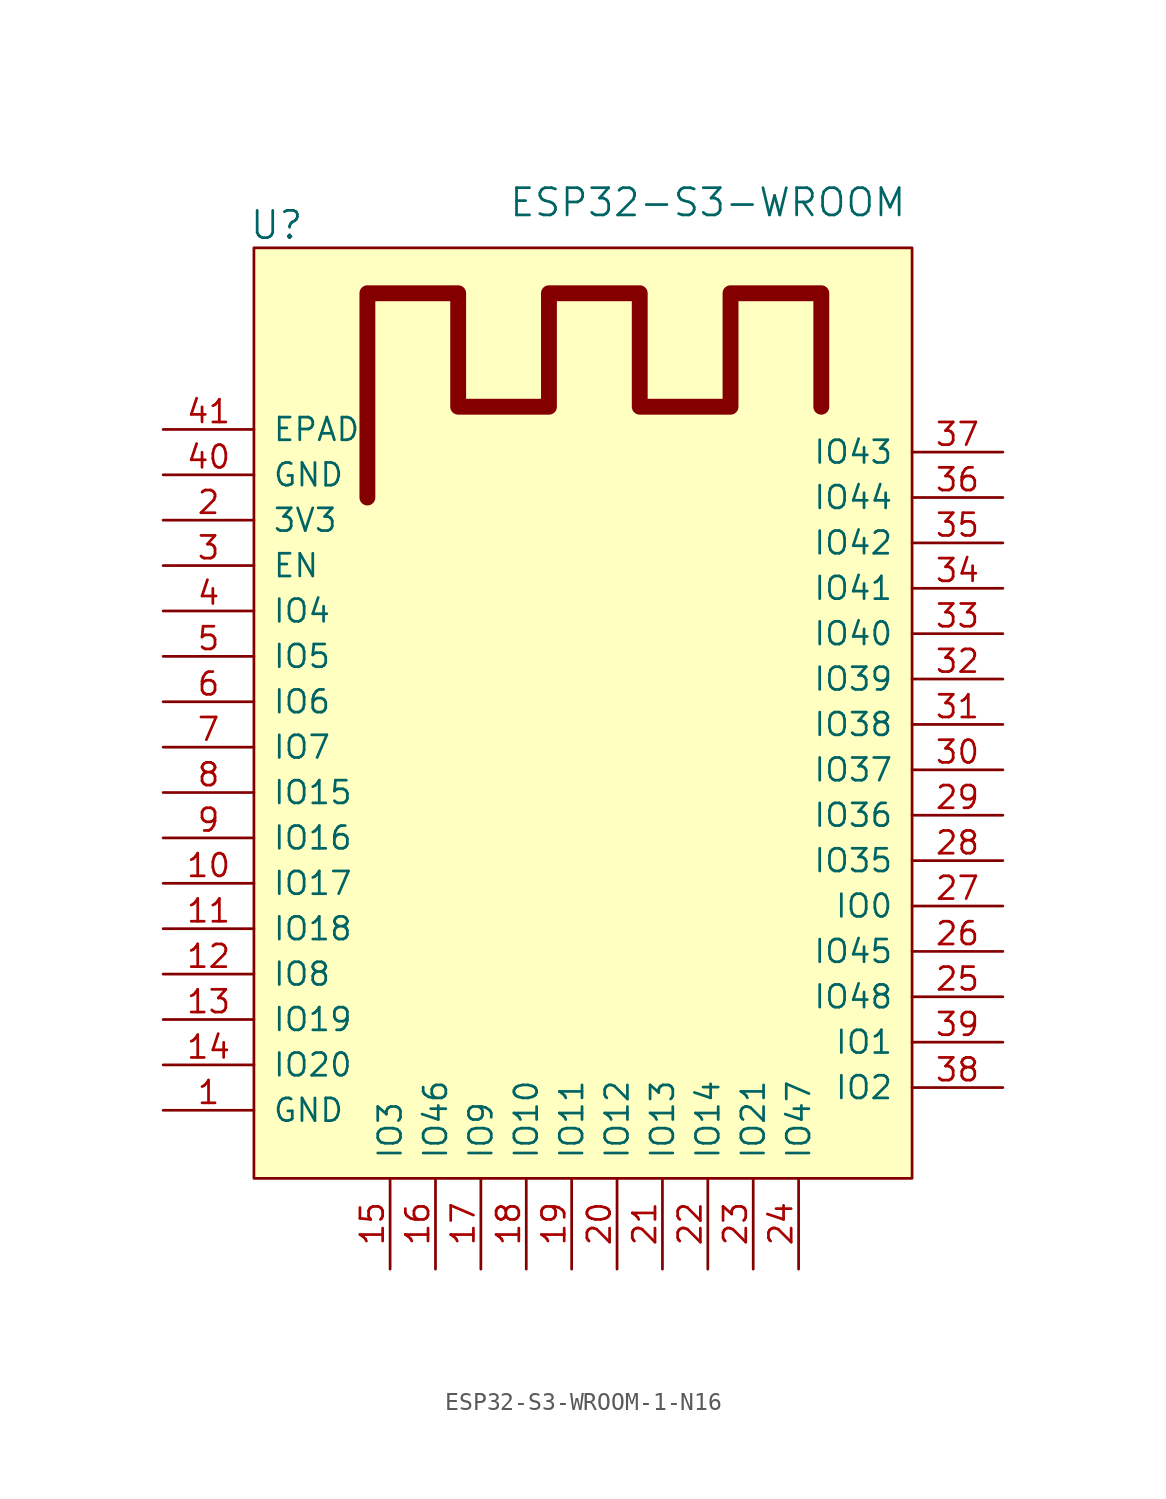
<source format=kicad_sym>
(kicad_symbol_lib
  (version 20220914)
  (generator kicad_symbol_editor)
  (symbol "ESP32-S3-WROOM-1-N16"
    (pin_names
      (offset 1.016))
    (property "Reference" "U"
      (at -17.78 31.75 0)
      (effects (font (size 1.524 1.524))))
    (property "Value" "ESP32-S3-WROOM"
      (at 6.35 33.02 0)
      (effects (font (size 1.524 1.524))))
    (symbol "ESP32-S3-WROOM-1-N16_0_1"
      (rectangle (start -19.05 30.48) (end 17.78 -21.59) (stroke (width 0) (type solid)) (fill (type background)))
      (polyline (pts (xy -12.7 16.51) (xy -12.7 27.94) (xy -7.62 27.94) (xy -7.62 21.59) (xy -2.54 21.59) (xy -2.54 27.94) (xy 2.54 27.94) (xy 2.54 21.59) (xy 7.62 21.59) (xy 7.62 27.94) (xy 12.7 27.94) (xy 12.7 21.59)) (stroke (width 0.889) (type solid)) (fill (type none))))
    (symbol "ESP32-S3-WROOM-1-N16_1_1"
      (pin passive line (at -24.13 -17.78 0) (length 5.08) (name "GND" (effects (font (size 1.27 1.27)))) (number "1" (effects (font (size 1.27 1.27)))))
      (pin passive line (at -24.13 -5.08 0) (length 5.08) (name "IO17" (effects (font (size 1.27 1.27)))) (number "10" (effects (font (size 1.27 1.27)))))
      (pin passive line (at -24.13 -7.62 0) (length 5.08) (name "IO18" (effects (font (size 1.27 1.27)))) (number "11" (effects (font (size 1.27 1.27)))))
      (pin passive line (at -24.13 -10.16 0) (length 5.08) (name "IO8" (effects (font (size 1.27 1.27)))) (number "12" (effects (font (size 1.27 1.27)))))
      (pin passive line (at -24.13 -12.7 0) (length 5.08) (name "IO19" (effects (font (size 1.27 1.27)))) (number "13" (effects (font (size 1.27 1.27)))))
      (pin passive line (at -24.13 -15.24 0) (length 5.08) (name "IO20" (effects (font (size 1.27 1.27)))) (number "14" (effects (font (size 1.27 1.27)))))
      (pin passive line (at -11.43 -26.67 90) (length 5.08) (name "IO3" (effects (font (size 1.27 1.27)))) (number "15" (effects (font (size 1.27 1.27)))))
      (pin passive line (at -8.89 -26.67 90) (length 5.08) (name "IO46" (effects (font (size 1.27 1.27)))) (number "16" (effects (font (size 1.27 1.27)))))
      (pin passive line (at -6.35 -26.67 90) (length 5.08) (name "IO9" (effects (font (size 1.27 1.27)))) (number "17" (effects (font (size 1.27 1.27)))))
      (pin passive line (at -3.81 -26.67 90) (length 5.08) (name "IO10" (effects (font (size 1.27 1.27)))) (number "18" (effects (font (size 1.27 1.27)))))
      (pin passive line (at -1.27 -26.67 90) (length 5.08) (name "IO11" (effects (font (size 1.27 1.27)))) (number "19" (effects (font (size 1.27 1.27)))))
      (pin power_in line (at -24.13 15.24 0) (length 5.08) (name "3V3" (effects (font (size 1.27 1.27)))) (number "2" (effects (font (size 1.27 1.27)))))
      (pin passive line (at 1.27 -26.67 90) (length 5.08) (name "IO12" (effects (font (size 1.27 1.27)))) (number "20" (effects (font (size 1.27 1.27)))))
      (pin passive line (at 3.81 -26.67 90) (length 5.08) (name "IO13" (effects (font (size 1.27 1.27)))) (number "21" (effects (font (size 1.27 1.27)))))
      (pin passive line (at 6.35 -26.67 90) (length 5.08) (name "IO14" (effects (font (size 1.27 1.27)))) (number "22" (effects (font (size 1.27 1.27)))))
      (pin passive line (at 8.89 -26.67 90) (length 5.08) (name "IO21" (effects (font (size 1.27 1.27)))) (number "23" (effects (font (size 1.27 1.27)))))
      (pin passive line (at 11.43 -26.67 90) (length 5.08) (name "IO47" (effects (font (size 1.27 1.27)))) (number "24" (effects (font (size 1.27 1.27)))))
      (pin passive line (at 22.86 -11.43 180) (length 5.08) (name "IO48" (effects (font (size 1.27 1.27)))) (number "25" (effects (font (size 1.27 1.27)))))
      (pin passive line (at 22.86 -8.89 180) (length 5.08) (name "IO45" (effects (font (size 1.27 1.27)))) (number "26" (effects (font (size 1.27 1.27)))))
      (pin passive line (at 22.86 -6.35 180) (length 5.08) (name "IO0" (effects (font (size 1.27 1.27)))) (number "27" (effects (font (size 1.27 1.27)))))
      (pin passive line (at 22.86 -3.81 180) (length 5.08) (name "IO35" (effects (font (size 1.27 1.27)))) (number "28" (effects (font (size 1.27 1.27)))))
      (pin passive line (at 22.86 -1.27 180) (length 5.08) (name "IO36" (effects (font (size 1.27 1.27)))) (number "29" (effects (font (size 1.27 1.27)))))
      (pin input line (at -24.13 12.7 0) (length 5.08) (name "EN" (effects (font (size 1.27 1.27)))) (number "3" (effects (font (size 1.27 1.27)))))
      (pin input line (at 22.86 1.27 180) (length 5.08) (name "IO37" (effects (font (size 1.27 1.27)))) (number "30" (effects (font (size 1.27 1.27)))))
      (pin passive line (at 22.86 3.81 180) (length 5.08) (name "IO38" (effects (font (size 1.27 1.27)))) (number "31" (effects (font (size 1.27 1.27)))))
      (pin passive line (at 22.86 6.35 180) (length 5.08) (name "IO39" (effects (font (size 1.27 1.27)))) (number "32" (effects (font (size 1.27 1.27)))))
      (pin passive line (at 22.86 8.89 180) (length 5.08) (name "IO40" (effects (font (size 1.27 1.27)))) (number "33" (effects (font (size 1.27 1.27)))))
      (pin passive line (at 22.86 11.43 180) (length 5.08) (name "IO41" (effects (font (size 1.27 1.27)))) (number "34" (effects (font (size 1.27 1.27)))))
      (pin passive line (at 22.86 13.97 180) (length 5.08) (name "IO42" (effects (font (size 1.27 1.27)))) (number "35" (effects (font (size 1.27 1.27)))))
      (pin passive line (at 22.86 16.51 180) (length 5.08) (name "IO44" (effects (font (size 1.27 1.27)))) (number "36" (effects (font (size 1.27 1.27)))))
      (pin passive line (at 22.86 19.05 180) (length 5.08) (name "IO43" (effects (font (size 1.27 1.27)))) (number "37" (effects (font (size 1.27 1.27)))))
      (pin passive line (at 22.86 -16.51 180) (length 5.08) (name "IO2" (effects (font (size 1.27 1.27)))) (number "38" (effects (font (size 1.27 1.27)))))
      (pin passive line (at 22.86 -13.97 180) (length 5.08) (name "IO1" (effects (font (size 1.27 1.27)))) (number "39" (effects (font (size 1.27 1.27)))))
      (pin passive line (at -24.13 10.16 0) (length 5.08) (name "IO4" (effects (font (size 1.27 1.27)))) (number "4" (effects (font (size 1.27 1.27)))))
      (pin passive line (at -24.13 17.78 0) (length 5.08) (name "GND" (effects (font (size 1.27 1.27)))) (number "40" (effects (font (size 1.27 1.27)))))
      (pin passive line (at -24.13 20.32 0) (length 5.08) (name "EPAD" (effects (font (size 1.27 1.27)))) (number "41" (effects (font (size 1.27 1.27)))))
      (pin passive line (at -24.13 7.62 0) (length 5.08) (name "IO5" (effects (font (size 1.27 1.27)))) (number "5" (effects (font (size 1.27 1.27)))))
      (pin passive line (at -24.13 5.08 0) (length 5.08) (name "IO6" (effects (font (size 1.27 1.27)))) (number "6" (effects (font (size 1.27 1.27)))))
      (pin passive line (at -24.13 2.54 0) (length 5.08) (name "IO7" (effects (font (size 1.27 1.27)))) (number "7" (effects (font (size 1.27 1.27)))))
      (pin passive line (at -24.13 0 0) (length 5.08) (name "IO15" (effects (font (size 1.27 1.27)))) (number "8" (effects (font (size 1.27 1.27)))))
      (pin passive line (at -24.13 -2.54 0) (length 5.08) (name "IO16" (effects (font (size 1.27 1.27)))) (number "9" (effects (font (size 1.27 1.27))))))))
</source>
